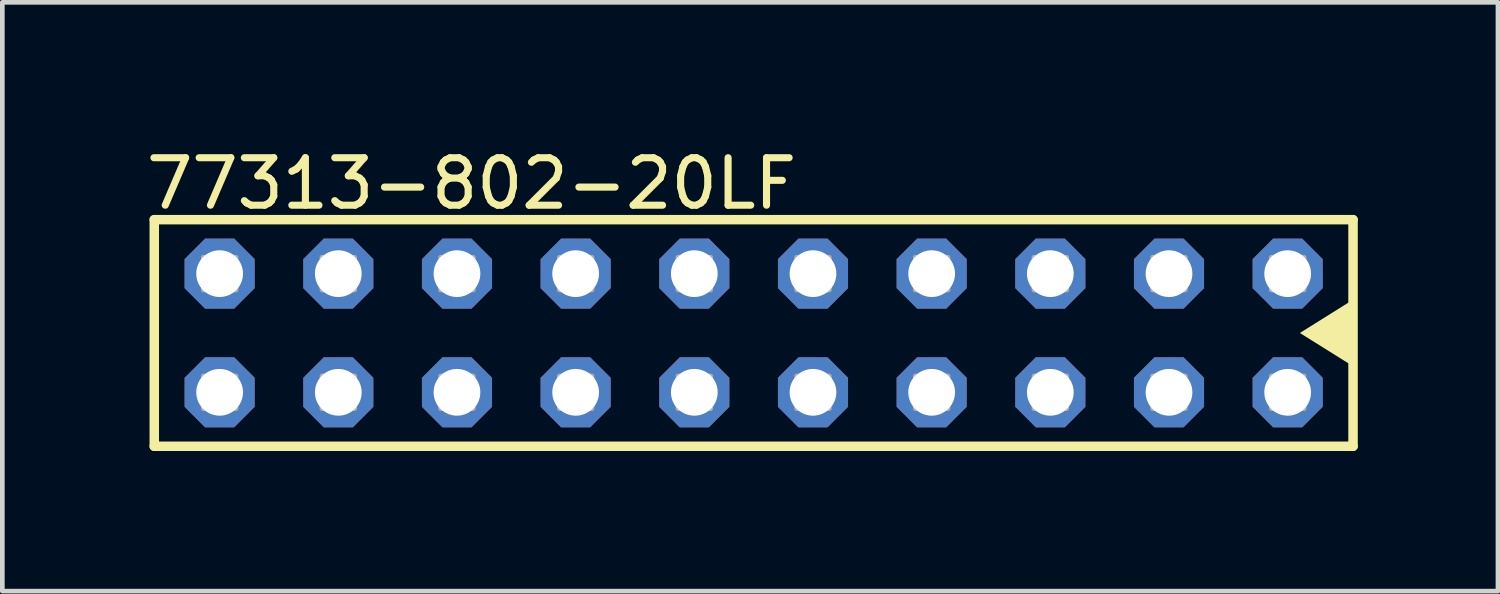
<source format=kicad_pcb>
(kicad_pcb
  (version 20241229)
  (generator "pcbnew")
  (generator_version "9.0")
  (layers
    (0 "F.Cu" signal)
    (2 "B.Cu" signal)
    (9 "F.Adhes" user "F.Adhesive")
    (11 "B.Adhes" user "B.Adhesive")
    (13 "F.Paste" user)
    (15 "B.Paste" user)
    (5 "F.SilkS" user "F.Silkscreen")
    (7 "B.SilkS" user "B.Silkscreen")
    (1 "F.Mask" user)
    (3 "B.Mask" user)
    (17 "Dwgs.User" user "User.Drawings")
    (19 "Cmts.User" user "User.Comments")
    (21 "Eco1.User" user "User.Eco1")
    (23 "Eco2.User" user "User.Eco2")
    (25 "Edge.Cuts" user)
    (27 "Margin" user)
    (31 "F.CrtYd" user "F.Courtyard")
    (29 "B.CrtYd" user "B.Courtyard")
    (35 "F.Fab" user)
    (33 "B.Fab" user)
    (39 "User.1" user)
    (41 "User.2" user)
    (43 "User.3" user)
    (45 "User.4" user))
  (footprint "77313-802-20LF"
    (layer "F.Cu")
    (at 1.651 5.347)
    (property "Reference" "77313-802-20LF" (at -1.651 -3.873 0) (layer "F.SilkS") (effects (font (size 1.016 1.016) (thickness 0.152)) (justify left bottom)))
    (attr through_hole)
    (fp_line (start -1.399 -3.695) (end 24.259 -3.695) (stroke (width 0.203) (type solid)) (layer "F.SilkS"))
    (fp_line (start -1.399 1.155) (end -1.399 -3.695) (stroke (width 0.203) (type solid)) (layer "F.SilkS"))
    (fp_line (start 24.259 -3.695) (end 24.259 1.155) (stroke (width 0.203) (type solid)) (layer "F.SilkS"))
    (fp_line (start 24.259 1.155) (end -1.399 1.155) (stroke (width 0.203) (type solid)) (layer "F.SilkS"))
    (fp_poly (pts (xy 24.32 -0.52) (xy 23.121 -1.27) (xy 24.32 -2.02)) (stroke (width 0) (type default)) (fill yes) (layer "F.SilkS"))
    (fp_poly (pts (xy -0.35 -2.19) (xy 0.35 -2.19) (xy 0.35 -2.89) (xy -0.35 -2.89)) (stroke (width 0.1) (type default)) (fill no) (layer "F.Fab"))
    (fp_poly (pts (xy -0.35 0.35) (xy 0.35 0.35) (xy 0.35 -0.35) (xy -0.35 -0.35)) (stroke (width 0.1) (type default)) (fill no) (layer "F.Fab"))
    (fp_poly (pts (xy 2.19 -2.19) (xy 2.89 -2.19) (xy 2.89 -2.89) (xy 2.19 -2.89)) (stroke (width 0.1) (type default)) (fill no) (layer "F.Fab"))
    (fp_poly (pts (xy 2.19 0.35) (xy 2.89 0.35) (xy 2.89 -0.35) (xy 2.19 -0.35)) (stroke (width 0.1) (type default)) (fill no) (layer "F.Fab"))
    (fp_poly (pts (xy 4.73 -2.19) (xy 5.43 -2.19) (xy 5.43 -2.89) (xy 4.73 -2.89)) (stroke (width 0.1) (type default)) (fill no) (layer "F.Fab"))
    (fp_poly (pts (xy 4.73 0.35) (xy 5.43 0.35) (xy 5.43 -0.35) (xy 4.73 -0.35)) (stroke (width 0.1) (type default)) (fill no) (layer "F.Fab"))
    (fp_poly (pts (xy 7.27 -2.19) (xy 7.97 -2.19) (xy 7.97 -2.89) (xy 7.27 -2.89)) (stroke (width 0.1) (type default)) (fill no) (layer "F.Fab"))
    (fp_poly (pts (xy 7.27 0.35) (xy 7.97 0.35) (xy 7.97 -0.35) (xy 7.27 -0.35)) (stroke (width 0.1) (type default)) (fill no) (layer "F.Fab"))
    (fp_poly (pts (xy 9.81 -2.19) (xy 10.51 -2.19) (xy 10.51 -2.89) (xy 9.81 -2.89)) (stroke (width 0.1) (type default)) (fill no) (layer "F.Fab"))
    (fp_poly (pts (xy 9.81 0.35) (xy 10.51 0.35) (xy 10.51 -0.35) (xy 9.81 -0.35)) (stroke (width 0.1) (type default)) (fill no) (layer "F.Fab"))
    (fp_poly (pts (xy 12.35 -2.19) (xy 13.05 -2.19) (xy 13.05 -2.89) (xy 12.35 -2.89)) (stroke (width 0.1) (type default)) (fill no) (layer "F.Fab"))
    (fp_poly (pts (xy 12.35 0.35) (xy 13.05 0.35) (xy 13.05 -0.35) (xy 12.35 -0.35)) (stroke (width 0.1) (type default)) (fill no) (layer "F.Fab"))
    (fp_poly (pts (xy 14.89 -2.19) (xy 15.59 -2.19) (xy 15.59 -2.89) (xy 14.89 -2.89)) (stroke (width 0.1) (type default)) (fill no) (layer "F.Fab"))
    (fp_poly (pts (xy 14.89 0.35) (xy 15.59 0.35) (xy 15.59 -0.35) (xy 14.89 -0.35)) (stroke (width 0.1) (type default)) (fill no) (layer "F.Fab"))
    (fp_poly (pts (xy 17.43 -2.19) (xy 18.13 -2.19) (xy 18.13 -2.89) (xy 17.43 -2.89)) (stroke (width 0.1) (type default)) (fill no) (layer "F.Fab"))
    (fp_poly (pts (xy 17.43 0.35) (xy 18.13 0.35) (xy 18.13 -0.35) (xy 17.43 -0.35)) (stroke (width 0.1) (type default)) (fill no) (layer "F.Fab"))
    (fp_poly (pts (xy 19.97 -2.19) (xy 20.67 -2.19) (xy 20.67 -2.89) (xy 19.97 -2.89)) (stroke (width 0.1) (type default)) (fill no) (layer "F.Fab"))
    (fp_poly (pts (xy 19.97 0.35) (xy 20.67 0.35) (xy 20.67 -0.35) (xy 19.97 -0.35)) (stroke (width 0.1) (type default)) (fill no) (layer "F.Fab"))
    (fp_poly (pts (xy 22.51 -2.19) (xy 23.21 -2.19) (xy 23.21 -2.89) (xy 22.51 -2.89)) (stroke (width 0.1) (type default)) (fill no) (layer "F.Fab"))
    (fp_poly (pts (xy 22.51 0.35) (xy 23.21 0.35) (xy 23.21 -0.35) (xy 22.51 -0.35)) (stroke (width 0.1) (type default)) (fill no) (layer "F.Fab"))
    (pad "1" thru_hole roundrect (at 22.86 0 180) (size 1.5 1.5) (drill 1) (layers "*.Cu" "*.Mask") (roundrect_rratio 0.25) (chamfer_ratio 0.293) (chamfer top_left top_right bottom_left bottom_right))
    (pad "2" thru_hole roundrect (at 22.86 -2.54 180) (size 1.5 1.5) (drill 1) (layers "*.Cu" "*.Mask") (roundrect_rratio 0.25) (chamfer_ratio 0.293) (chamfer top_left top_right bottom_left bottom_right))
    (pad "3" thru_hole roundrect (at 20.32 0 180) (size 1.5 1.5) (drill 1) (layers "*.Cu" "*.Mask") (roundrect_rratio 0.25) (chamfer_ratio 0.293) (chamfer top_left top_right bottom_left bottom_right))
    (pad "4" thru_hole roundrect (at 20.32 -2.54 180) (size 1.5 1.5) (drill 1) (layers "*.Cu" "*.Mask") (roundrect_rratio 0.25) (chamfer_ratio 0.293) (chamfer top_left top_right bottom_left bottom_right))
    (pad "5" thru_hole roundrect (at 17.78 0 180) (size 1.5 1.5) (drill 1) (layers "*.Cu" "*.Mask") (roundrect_rratio 0.25) (chamfer_ratio 0.293) (chamfer top_left top_right bottom_left bottom_right))
    (pad "6" thru_hole roundrect (at 17.78 -2.54 180) (size 1.5 1.5) (drill 1) (layers "*.Cu" "*.Mask") (roundrect_rratio 0.25) (chamfer_ratio 0.293) (chamfer top_left top_right bottom_left bottom_right))
    (pad "7" thru_hole roundrect (at 15.24 0 180) (size 1.5 1.5) (drill 1) (layers "*.Cu" "*.Mask") (roundrect_rratio 0.25) (chamfer_ratio 0.293) (chamfer top_left top_right bottom_left bottom_right))
    (pad "8" thru_hole roundrect (at 15.24 -2.54 180) (size 1.5 1.5) (drill 1) (layers "*.Cu" "*.Mask") (roundrect_rratio 0.25) (chamfer_ratio 0.293) (chamfer top_left top_right bottom_left bottom_right))
    (pad "9" thru_hole roundrect (at 12.7 0 180) (size 1.5 1.5) (drill 1) (layers "*.Cu" "*.Mask") (roundrect_rratio 0.25) (chamfer_ratio 0.293) (chamfer top_left top_right bottom_left bottom_right))
    (pad "10" thru_hole roundrect (at 12.7 -2.54 180) (size 1.5 1.5) (drill 1) (layers "*.Cu" "*.Mask") (roundrect_rratio 0.25) (chamfer_ratio 0.293) (chamfer top_left top_right bottom_left bottom_right))
    (pad "11" thru_hole roundrect (at 10.16 0 180) (size 1.5 1.5) (drill 1) (layers "*.Cu" "*.Mask") (roundrect_rratio 0.25) (chamfer_ratio 0.293) (chamfer top_left top_right bottom_left bottom_right))
    (pad "12" thru_hole roundrect (at 10.16 -2.54 180) (size 1.5 1.5) (drill 1) (layers "*.Cu" "*.Mask") (roundrect_rratio 0.25) (chamfer_ratio 0.293) (chamfer top_left top_right bottom_left bottom_right))
    (pad "13" thru_hole roundrect (at 7.62 0 180) (size 1.5 1.5) (drill 1) (layers "*.Cu" "*.Mask") (roundrect_rratio 0.25) (chamfer_ratio 0.293) (chamfer top_left top_right bottom_left bottom_right))
    (pad "14" thru_hole roundrect (at 7.62 -2.54 180) (size 1.5 1.5) (drill 1) (layers "*.Cu" "*.Mask") (roundrect_rratio 0.25) (chamfer_ratio 0.293) (chamfer top_left top_right bottom_left bottom_right))
    (pad "15" thru_hole roundrect (at 5.08 0 180) (size 1.5 1.5) (drill 1) (layers "*.Cu" "*.Mask") (roundrect_rratio 0.25) (chamfer_ratio 0.293) (chamfer top_left top_right bottom_left bottom_right))
    (pad "16" thru_hole roundrect (at 5.08 -2.54 180) (size 1.5 1.5) (drill 1) (layers "*.Cu" "*.Mask") (roundrect_rratio 0.25) (chamfer_ratio 0.293) (chamfer top_left top_right bottom_left bottom_right))
    (pad "17" thru_hole roundrect (at 2.54 0 180) (size 1.5 1.5) (drill 1) (layers "*.Cu" "*.Mask") (roundrect_rratio 0.25) (chamfer_ratio 0.293) (chamfer top_left top_right bottom_left bottom_right))
    (pad "18" thru_hole roundrect (at 2.54 -2.54 180) (size 1.5 1.5) (drill 1) (layers "*.Cu" "*.Mask") (roundrect_rratio 0.25) (chamfer_ratio 0.293) (chamfer top_left top_right bottom_left bottom_right))
    (pad "19" thru_hole roundrect (at 0 0 180) (size 1.5 1.5) (drill 1) (layers "*.Cu" "*.Mask") (roundrect_rratio 0.25) (chamfer_ratio 0.293) (chamfer top_left top_right bottom_left bottom_right))
    (pad "20" thru_hole roundrect (at 0 -2.54 180) (size 1.5 1.5) (drill 1) (layers "*.Cu" "*.Mask") (roundrect_rratio 0.25) (chamfer_ratio 0.293) (chamfer top_left top_right bottom_left bottom_right)))
  (gr_rect
    (start -3 -3)
    (end 29.012 9.603)
    (stroke (width 0.1) (type default))
    (fill no)
    (layer "Edge.Cuts")))
</source>
